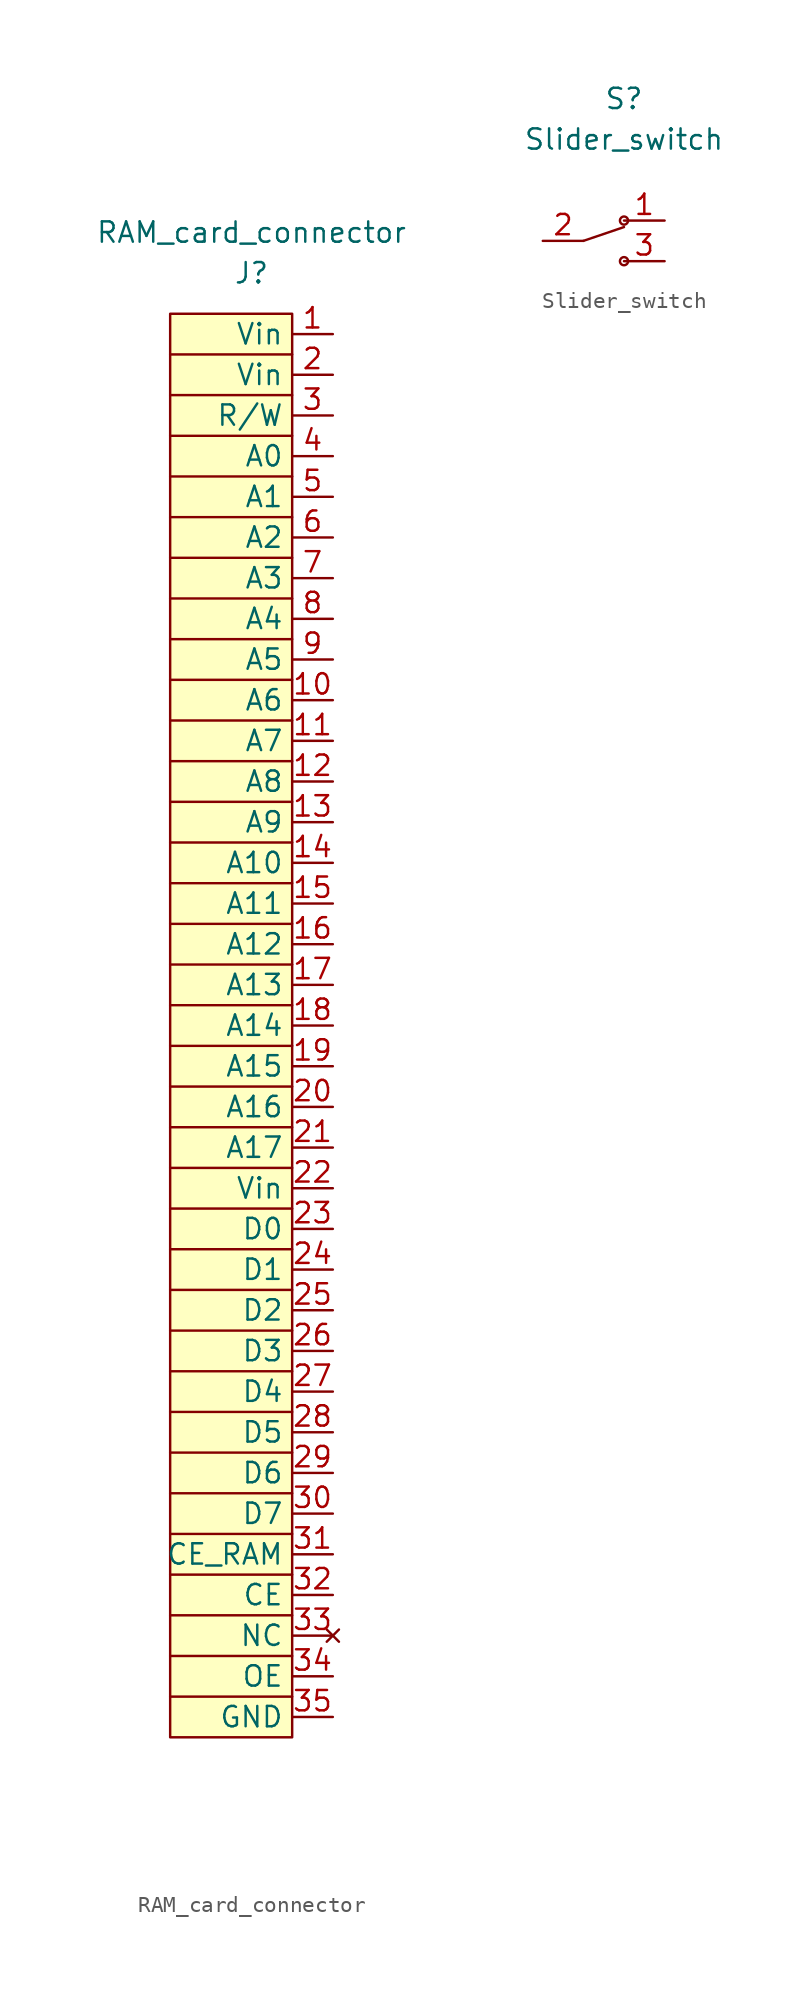
<source format=kicad_sym>
(kicad_symbol_lib
  (version 20211014)
  (generator kicad_symbol_editor)
  (symbol "RAM_card_connector"
    (property "Reference" "J"
      (at 0 -2.54 0)
      (effects (font (size 1.27 1.27))))
    (property "Value" "RAM_card_connector"
      (at 0 0 0)
      (effects (font (size 1.27 1.27))))
    (symbol "RAM_card_connector_0_1"
      (rectangle (start -5.08 -5.08) (end 2.54 -93.98) (stroke (width 0) (type default) (color 0 0 0 0)) (fill (type background)))
      (polyline (pts (xy 2.54 -91.44) (xy -5.08 -91.44)) (stroke (width 0) (type default) (color 0 0 0 0)) (fill (type none)))
      (polyline (pts (xy 2.54 -88.9) (xy -5.08 -88.9)) (stroke (width 0) (type default) (color 0 0 0 0)) (fill (type none)))
      (polyline (pts (xy 2.54 -86.36) (xy -5.08 -86.36)) (stroke (width 0) (type default) (color 0 0 0 0)) (fill (type none)))
      (polyline (pts (xy 2.54 -83.82) (xy -5.08 -83.82)) (stroke (width 0) (type default) (color 0 0 0 0)) (fill (type none)))
      (polyline (pts (xy 2.54 -81.28) (xy -5.08 -81.28)) (stroke (width 0) (type default) (color 0 0 0 0)) (fill (type none)))
      (polyline (pts (xy 2.54 -78.74) (xy -5.08 -78.74)) (stroke (width 0) (type default) (color 0 0 0 0)) (fill (type none)))
      (polyline (pts (xy 2.54 -76.2) (xy -5.08 -76.2)) (stroke (width 0) (type default) (color 0 0 0 0)) (fill (type none)))
      (polyline (pts (xy 2.54 -73.66) (xy -5.08 -73.66)) (stroke (width 0) (type default) (color 0 0 0 0)) (fill (type none)))
      (polyline (pts (xy 2.54 -71.12) (xy -5.08 -71.12)) (stroke (width 0) (type default) (color 0 0 0 0)) (fill (type none)))
      (polyline (pts (xy 2.54 -68.58) (xy -5.08 -68.58)) (stroke (width 0) (type default) (color 0 0 0 0)) (fill (type none)))
      (polyline (pts (xy 2.54 -66.04) (xy -5.08 -66.04)) (stroke (width 0) (type default) (color 0 0 0 0)) (fill (type none)))
      (polyline (pts (xy 2.54 -63.5) (xy -5.08 -63.5)) (stroke (width 0) (type default) (color 0 0 0 0)) (fill (type none)))
      (polyline (pts (xy 2.54 -60.96) (xy -5.08 -60.96)) (stroke (width 0) (type default) (color 0 0 0 0)) (fill (type none)))
      (polyline (pts (xy 2.54 -58.42) (xy -5.08 -58.42)) (stroke (width 0) (type default) (color 0 0 0 0)) (fill (type none)))
      (polyline (pts (xy 2.54 -55.88) (xy -5.08 -55.88)) (stroke (width 0) (type default) (color 0 0 0 0)) (fill (type none)))
      (polyline (pts (xy 2.54 -53.34) (xy -5.08 -53.34)) (stroke (width 0) (type default) (color 0 0 0 0)) (fill (type none)))
      (polyline (pts (xy 2.54 -50.8) (xy -5.08 -50.8)) (stroke (width 0) (type default) (color 0 0 0 0)) (fill (type none)))
      (polyline (pts (xy 2.54 -48.26) (xy -5.08 -48.26)) (stroke (width 0) (type default) (color 0 0 0 0)) (fill (type none)))
      (polyline (pts (xy 2.54 -45.72) (xy -5.08 -45.72)) (stroke (width 0) (type default) (color 0 0 0 0)) (fill (type none)))
      (polyline (pts (xy 2.54 -43.18) (xy -5.08 -43.18)) (stroke (width 0) (type default) (color 0 0 0 0)) (fill (type none)))
      (polyline (pts (xy 2.54 -40.64) (xy -5.08 -40.64)) (stroke (width 0) (type default) (color 0 0 0 0)) (fill (type none)))
      (polyline (pts (xy 2.54 -38.1) (xy -5.08 -38.1)) (stroke (width 0) (type default) (color 0 0 0 0)) (fill (type none)))
      (polyline (pts (xy 2.54 -35.56) (xy -5.08 -35.56)) (stroke (width 0) (type default) (color 0 0 0 0)) (fill (type none)))
      (polyline (pts (xy 2.54 -33.02) (xy -5.08 -33.02)) (stroke (width 0) (type default) (color 0 0 0 0)) (fill (type none)))
      (polyline (pts (xy 2.54 -30.48) (xy -5.08 -30.48)) (stroke (width 0) (type default) (color 0 0 0 0)) (fill (type none)))
      (polyline (pts (xy 2.54 -27.94) (xy -5.08 -27.94)) (stroke (width 0) (type default) (color 0 0 0 0)) (fill (type none)))
      (polyline (pts (xy 2.54 -25.4) (xy -5.08 -25.4)) (stroke (width 0) (type default) (color 0 0 0 0)) (fill (type none)))
      (polyline (pts (xy 2.54 -22.86) (xy -5.08 -22.86)) (stroke (width 0) (type default) (color 0 0 0 0)) (fill (type none)))
      (polyline (pts (xy 2.54 -20.32) (xy -5.08 -20.32)) (stroke (width 0) (type default) (color 0 0 0 0)) (fill (type none)))
      (polyline (pts (xy 2.54 -17.78) (xy -5.08 -17.78)) (stroke (width 0) (type default) (color 0 0 0 0)) (fill (type none)))
      (polyline (pts (xy 2.54 -15.24) (xy -5.08 -15.24)) (stroke (width 0) (type default) (color 0 0 0 0)) (fill (type none)))
      (polyline (pts (xy 2.54 -12.7) (xy -5.08 -12.7)) (stroke (width 0) (type default) (color 0 0 0 0)) (fill (type none)))
      (polyline (pts (xy 2.54 -10.16) (xy -5.08 -10.16)) (stroke (width 0) (type default) (color 0 0 0 0)) (fill (type none)))
      (polyline (pts (xy 2.54 -7.62) (xy -5.08 -7.62)) (stroke (width 0) (type default) (color 0 0 0 0)) (fill (type none))))
    (symbol "RAM_card_connector_1_1"
      (pin power_in line (at 5.08 -6.35 180) (length 2.54) (name "Vin" (effects (font (size 1.27 1.27)))) (number "1" (effects (font (size 1.27 1.27)))))
      (pin input line (at 5.08 -29.21 180) (length 2.54) (name "A6" (effects (font (size 1.27 1.27)))) (number "10" (effects (font (size 1.27 1.27)))))
      (pin input line (at 5.08 -31.75 180) (length 2.54) (name "A7" (effects (font (size 1.27 1.27)))) (number "11" (effects (font (size 1.27 1.27)))))
      (pin input line (at 5.08 -34.29 180) (length 2.54) (name "A8" (effects (font (size 1.27 1.27)))) (number "12" (effects (font (size 1.27 1.27)))))
      (pin input line (at 5.08 -36.83 180) (length 2.54) (name "A9" (effects (font (size 1.27 1.27)))) (number "13" (effects (font (size 1.27 1.27)))))
      (pin input line (at 5.08 -39.37 180) (length 2.54) (name "A10" (effects (font (size 1.27 1.27)))) (number "14" (effects (font (size 1.27 1.27)))))
      (pin input line (at 5.08 -41.91 180) (length 2.54) (name "A11" (effects (font (size 1.27 1.27)))) (number "15" (effects (font (size 1.27 1.27)))))
      (pin input line (at 5.08 -44.45 180) (length 2.54) (name "A12" (effects (font (size 1.27 1.27)))) (number "16" (effects (font (size 1.27 1.27)))))
      (pin input line (at 5.08 -46.99 180) (length 2.54) (name "A13" (effects (font (size 1.27 1.27)))) (number "17" (effects (font (size 1.27 1.27)))))
      (pin input line (at 5.08 -49.53 180) (length 2.54) (name "A14" (effects (font (size 1.27 1.27)))) (number "18" (effects (font (size 1.27 1.27)))))
      (pin input line (at 5.08 -52.07 180) (length 2.54) (name "A15" (effects (font (size 1.27 1.27)))) (number "19" (effects (font (size 1.27 1.27)))))
      (pin power_in line (at 5.08 -8.89 180) (length 2.54) (name "Vin" (effects (font (size 1.27 1.27)))) (number "2" (effects (font (size 1.27 1.27)))))
      (pin input line (at 5.08 -54.61 180) (length 2.54) (name "A16" (effects (font (size 1.27 1.27)))) (number "20" (effects (font (size 1.27 1.27)))))
      (pin input line (at 5.08 -57.15 180) (length 2.54) (name "A17" (effects (font (size 1.27 1.27)))) (number "21" (effects (font (size 1.27 1.27)))))
      (pin input line (at 5.08 -59.69 180) (length 2.54) (name "Vin" (effects (font (size 1.27 1.27)))) (number "22" (effects (font (size 1.27 1.27)))))
      (pin tri_state line (at 5.08 -62.23 180) (length 2.54) (name "D0" (effects (font (size 1.27 1.27)))) (number "23" (effects (font (size 1.27 1.27)))))
      (pin tri_state line (at 5.08 -64.77 180) (length 2.54) (name "D1" (effects (font (size 1.27 1.27)))) (number "24" (effects (font (size 1.27 1.27)))))
      (pin tri_state line (at 5.08 -67.31 180) (length 2.54) (name "D2" (effects (font (size 1.27 1.27)))) (number "25" (effects (font (size 1.27 1.27)))))
      (pin tri_state line (at 5.08 -69.85 180) (length 2.54) (name "D3" (effects (font (size 1.27 1.27)))) (number "26" (effects (font (size 1.27 1.27)))))
      (pin tri_state line (at 5.08 -72.39 180) (length 2.54) (name "D4" (effects (font (size 1.27 1.27)))) (number "27" (effects (font (size 1.27 1.27)))))
      (pin tri_state line (at 5.08 -74.93 180) (length 2.54) (name "D5" (effects (font (size 1.27 1.27)))) (number "28" (effects (font (size 1.27 1.27)))))
      (pin tri_state line (at 5.08 -77.47 180) (length 2.54) (name "D6" (effects (font (size 1.27 1.27)))) (number "29" (effects (font (size 1.27 1.27)))))
      (pin input line (at 5.08 -11.43 180) (length 2.54) (name "R/W" (effects (font (size 1.27 1.27)))) (number "3" (effects (font (size 1.27 1.27)))))
      (pin tri_state line (at 5.08 -80.01 180) (length 2.54) (name "D7" (effects (font (size 1.27 1.27)))) (number "30" (effects (font (size 1.27 1.27)))))
      (pin input line (at 5.08 -82.55 180) (length 2.54) (name "CE_RAM" (effects (font (size 1.27 1.27)))) (number "31" (effects (font (size 1.27 1.27)))))
      (pin input line (at 5.08 -85.09 180) (length 2.54) (name "CE" (effects (font (size 1.27 1.27)))) (number "32" (effects (font (size 1.27 1.27)))))
      (pin no_connect line (at 5.08 -87.63 180) (length 2.54) (name "NC" (effects (font (size 1.27 1.27)))) (number "33" (effects (font (size 1.27 1.27)))))
      (pin input line (at 5.08 -90.17 180) (length 2.54) (name "OE" (effects (font (size 1.27 1.27)))) (number "34" (effects (font (size 1.27 1.27)))))
      (pin power_out line (at 5.08 -92.71 180) (length 2.54) (name "GND" (effects (font (size 1.27 1.27)))) (number "35" (effects (font (size 1.27 1.27)))))
      (pin input line (at 5.08 -13.97 180) (length 2.54) (name "A0" (effects (font (size 1.27 1.27)))) (number "4" (effects (font (size 1.27 1.27)))))
      (pin input line (at 5.08 -16.51 180) (length 2.54) (name "A1" (effects (font (size 1.27 1.27)))) (number "5" (effects (font (size 1.27 1.27)))))
      (pin input line (at 5.08 -19.05 180) (length 2.54) (name "A2" (effects (font (size 1.27 1.27)))) (number "6" (effects (font (size 1.27 1.27)))))
      (pin input line (at 5.08 -21.59 180) (length 2.54) (name "A3" (effects (font (size 1.27 1.27)))) (number "7" (effects (font (size 1.27 1.27)))))
      (pin input line (at 5.08 -24.13 180) (length 2.54) (name "A4" (effects (font (size 1.27 1.27)))) (number "8" (effects (font (size 1.27 1.27)))))
      (pin input line (at 5.08 -26.67 180) (length 2.54) (name "A5" (effects (font (size 1.27 1.27)))) (number "9" (effects (font (size 1.27 1.27)))))))
  (symbol "Slider_switch"
    (property "Reference" "S"
      (at 0 2.54 0)
      (effects (font (size 1.27 1.27))))
    (property "Value" "Slider_switch"
      (at 0 0 0)
      (effects (font (size 1.27 1.27))))
    (symbol "Slider_switch_0_1"
      (circle (center 0 -7.62) (radius 0.254) (stroke (width 0) (type default) (color 0 0 0 0)) (fill (type none)))
      (circle (center 0 -5.08) (radius 0.254) (stroke (width 0) (type default) (color 0 0 0 0)) (fill (type none)))
      (polyline (pts (xy -2.54 -6.35) (xy 0 -5.486)) (stroke (width 0) (type default) (color 0 0 0 0)) (fill (type none))))
    (symbol "Slider_switch_1_1"
      (pin passive line (at 2.54 -5.08 180) (length 2.54) (name "" (effects (font (size 1.27 1.27)))) (number "1" (effects (font (size 1.27 1.27)))))
      (pin passive line (at -5.08 -6.35 0) (length 2.54) (name "" (effects (font (size 1.27 1.27)))) (number "2" (effects (font (size 1.27 1.27)))))
      (pin passive line (at 2.54 -7.62 180) (length 2.54) (name "" (effects (font (size 1.27 1.27)))) (number "3" (effects (font (size 1.27 1.27))))))))
</source>
